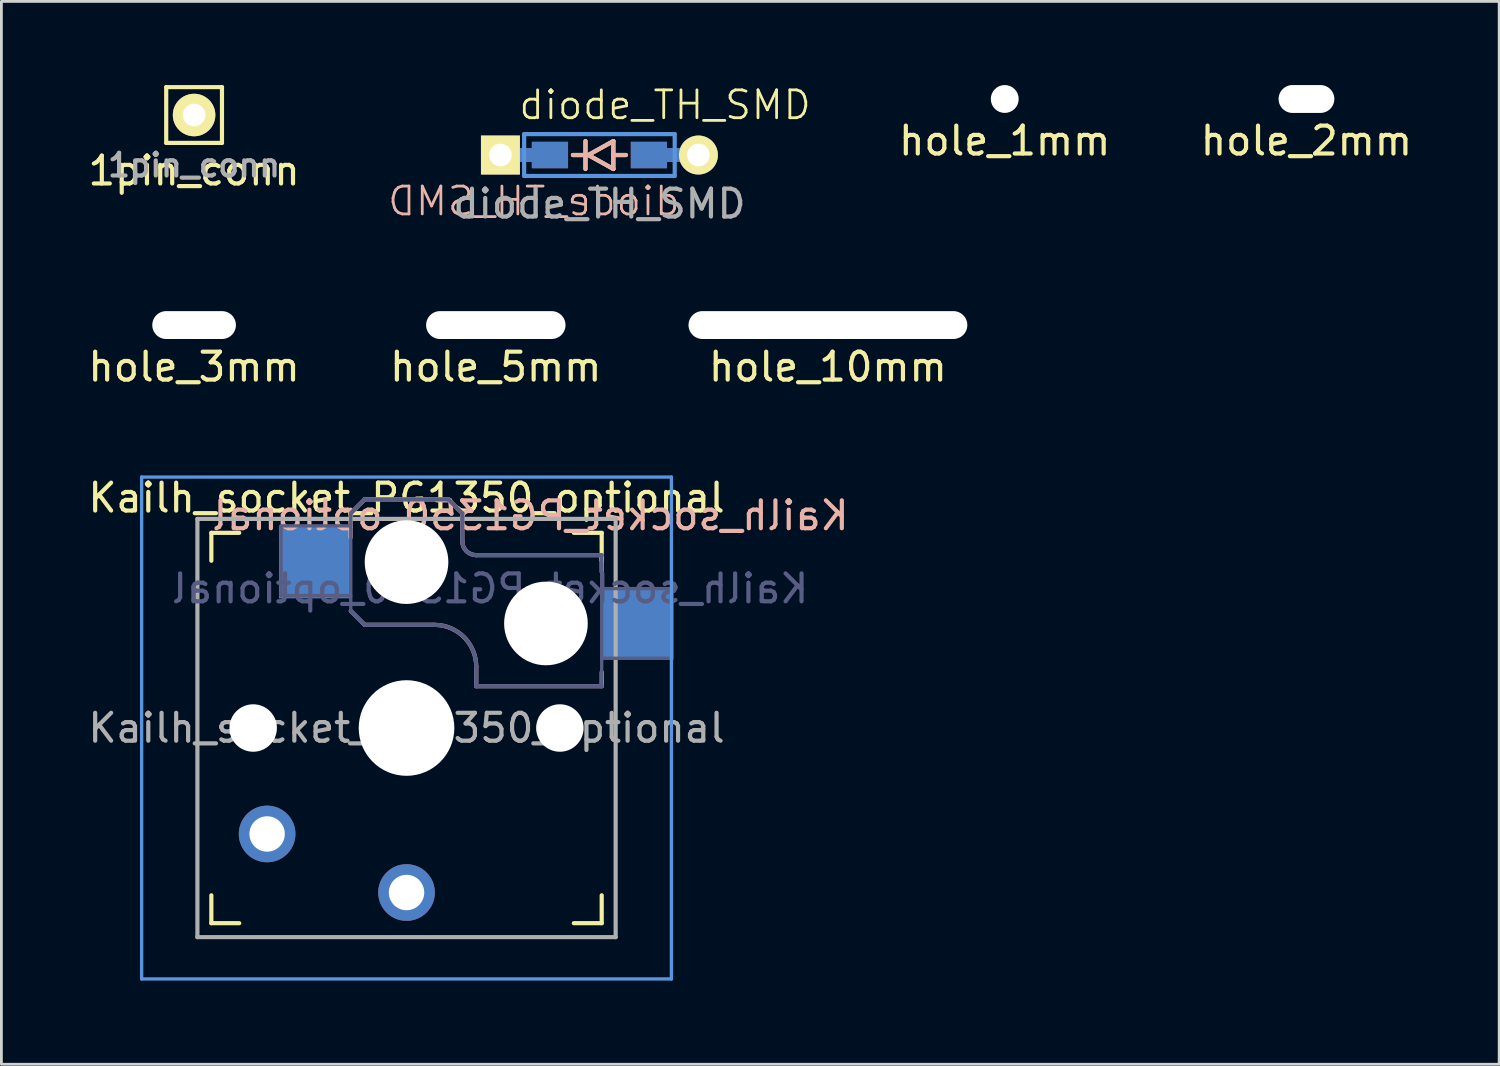
<source format=kicad_pcb>
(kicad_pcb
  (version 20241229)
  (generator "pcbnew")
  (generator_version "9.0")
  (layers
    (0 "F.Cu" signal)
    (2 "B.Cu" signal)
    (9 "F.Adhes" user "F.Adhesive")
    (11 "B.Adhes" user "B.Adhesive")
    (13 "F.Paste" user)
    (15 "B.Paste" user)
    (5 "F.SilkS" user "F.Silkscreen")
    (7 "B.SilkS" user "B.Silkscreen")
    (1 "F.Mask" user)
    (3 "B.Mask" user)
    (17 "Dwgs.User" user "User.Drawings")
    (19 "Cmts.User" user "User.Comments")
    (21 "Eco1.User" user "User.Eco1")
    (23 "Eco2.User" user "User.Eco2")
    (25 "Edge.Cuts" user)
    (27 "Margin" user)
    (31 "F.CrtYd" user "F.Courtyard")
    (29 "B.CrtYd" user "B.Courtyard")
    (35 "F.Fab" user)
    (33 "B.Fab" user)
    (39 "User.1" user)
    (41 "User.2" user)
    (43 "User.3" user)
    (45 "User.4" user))
  (footprint "1pin_conn"
    (layer "F.Cu")
    (at 3.911 1.075)
    (property "Reference" "1pin_conn" (at 0 1.8 0) (layer "F.Fab") (effects (font (size 0.813 0.813) (thickness 0.15))))
    (attr through_hole)
    (fp_line (start -1 -1) (end -1 1) (stroke (width 0.15) (type solid)) (layer "F.SilkS"))
    (fp_line (start -1 1) (end 1 1) (stroke (width 0.15) (type solid)) (layer "F.SilkS"))
    (fp_line (start 1 -1) (end -1 -1) (stroke (width 0.15) (type solid)) (layer "F.SilkS"))
    (fp_line (start 1 1) (end 1 -1) (stroke (width 0.15) (type solid)) (layer "F.SilkS"))
    (fp_text user "${REFERENCE}" (at 0 2 0) (layer "F.SilkS") (effects (font (size 1 1) (thickness 0.15))))
    (pad "1" thru_hole circle (at 0 0) (size 1.524 1.524) (drill 0.813) (layers "*.Cu" "*.Mask" "F.SilkS")))
  (footprint "hole_10mm"
    (layer "F.Cu")
    (at 26.643 8.608)
    (property "Reference" "hole_10mm" (at 0 1.5 0) (layer "F.SilkS") (effects (font (size 1 1) (thickness 0.15))))
    (attr through_hole)
    (pad "" np_thru_hole oval (at 0 0 90) (size 1 10) (drill oval 1 10) (layers "*.Cu" "*.Mask")))
  (footprint "hole_2mm"
    (layer "F.Cu")
    (at 43.806 0.5)
    (property "Reference" "hole_2mm" (at 0 1.5 0) (layer "F.SilkS") (effects (font (size 1 1) (thickness 0.15))))
    (attr through_hole)
    (pad "" np_thru_hole oval (at 0 0 90) (size 1 2) (drill oval 1 2) (layers "*.Cu" "*.Mask")))
  (footprint "hole_5mm"
    (layer "F.Cu")
    (at 14.732 8.608)
    (property "Reference" "hole_5mm" (at 0 1.5 0) (layer "F.SilkS") (effects (font (size 1 1) (thickness 0.15))))
    (attr through_hole)
    (pad "" np_thru_hole oval (at 0 0 90) (size 1 5) (drill oval 1 5) (layers "*.Cu" "*.Mask")))
  (footprint "diode_TH_SMD"
    (layer "F.Cu")
    (at 21.998 2.51)
    (property "Reference" "diode_TH_SMD" (at -3.55 1.75 180) (layer "F.Fab") (effects (font (size 1 1) (thickness 0.15))))
    (attr through_hole)
    (fp_line (start -4.5 0) (end -4.05 0) (stroke (width 0.15) (type solid)) (layer "F.SilkS"))
    (fp_line (start -4.05 -0.5) (end -4.05 0.5) (stroke (width 0.15) (type solid)) (layer "F.SilkS"))
    (fp_line (start -3.95 0) (end -3.05 -0.5) (stroke (width 0.15) (type solid)) (layer "F.SilkS"))
    (fp_line (start -3.05 -0.5) (end -3.05 0.5) (stroke (width 0.15) (type solid)) (layer "F.SilkS"))
    (fp_line (start -3.05 0) (end -2.6 0) (stroke (width 0.15) (type solid)) (layer "F.SilkS"))
    (fp_line (start -3.05 0.5) (end -3.95 0) (stroke (width 0.15) (type solid)) (layer "F.SilkS"))
    (fp_line (start -4.5 0) (end -4.05 0) (stroke (width 0.15) (type solid)) (layer "B.SilkS"))
    (fp_line (start -4.05 -0.5) (end -4.05 0.5) (stroke (width 0.15) (type solid)) (layer "B.SilkS"))
    (fp_line (start -3.95 0) (end -3.05 -0.5) (stroke (width 0.15) (type solid)) (layer "B.SilkS"))
    (fp_line (start -3.05 -0.5) (end -3.05 0.5) (stroke (width 0.15) (type solid)) (layer "B.SilkS"))
    (fp_line (start -3.05 0) (end -2.6 0) (stroke (width 0.15) (type solid)) (layer "B.SilkS"))
    (fp_line (start -3.05 0.5) (end -3.95 0) (stroke (width 0.15) (type solid)) (layer "B.SilkS"))
    (fp_line (start -6.25 -0.75) (end -6.25 0.75) (stroke (width 0.15) (type solid)) (layer "Cmts.User"))
    (fp_line (start -6.25 0.75) (end -0.85 0.75) (stroke (width 0.15) (type solid)) (layer "Cmts.User"))
    (fp_line (start -0.85 -0.75) (end -6.25 -0.75) (stroke (width 0.15) (type solid)) (layer "Cmts.User"))
    (fp_line (start -0.85 0.75) (end -0.85 -0.75) (stroke (width 0.15) (type solid)) (layer "Cmts.User"))
    (fp_text user "${REFERENCE}" (at -6.5 -1.21 0) (unlocked yes) (layer "F.SilkS") (effects (font (size 1 1) (thickness 0.1)) (justify left bottom)))
    (fp_text user "${REFERENCE}" (at -0.6 2.24 0) (unlocked yes) (layer "B.SilkS") (effects (font (size 1 1) (thickness 0.1)) (justify left bottom mirror)))
    (pad "1" thru_hole rect (at -7.1 0) (size 1.397 1.397) (drill 0.813) (layers "*.Cu" "*.Mask" "F.SilkS"))
    (pad "1" smd rect (at -6.25 0) (size 0.8 0.5) (layers "F.Cu" "F.Mask" "F.Paste"))
    (pad "1" smd rect (at -6.25 0) (size 0.8 0.5) (layers "B.Cu" "B.Mask" "B.Paste"))
    (pad "1" smd rect (at -5.325 0) (size 1.3 0.95) (layers "F.Cu" "F.Mask" "F.Paste"))
    (pad "1" smd rect (at -5.325 0) (size 1.3 0.95) (layers "B.Cu" "B.Mask" "B.Paste"))
    (pad "2" smd rect (at -1.775 0) (size 1.3 0.95) (layers "F.Cu" "F.Mask" "F.Paste"))
    (pad "2" smd rect (at -1.775 0) (size 1.3 0.95) (layers "B.Cu" "B.Mask" "B.Paste"))
    (pad "2" smd rect (at -0.85 0) (size 0.8 0.5) (layers "F.Cu" "F.Mask" "F.Paste"))
    (pad "2" smd rect (at -0.85 0) (size 0.8 0.5) (layers "B.Cu" "B.Mask" "B.Paste"))
    (pad "2" thru_hole circle (at 0 0) (size 1.397 1.397) (drill 0.813) (layers "*.Cu" "*.Mask" "F.SilkS")))
  (footprint "hole_1mm"
    (layer "F.Cu")
    (at 32.985 0.5)
    (property "Reference" "hole_1mm" (at 0 1.5 0) (layer "F.SilkS") (effects (font (size 1 1) (thickness 0.15))))
    (attr through_hole)
    (pad "" np_thru_hole oval (at 0 0 90) (size 1 1) (drill oval 1) (layers "*.Cu" "*.Mask")))
  (footprint "Kailh_socket_PG1350_optional"
    (layer "F.Cu")
    (at 11.53 23.06)
    (property "Reference" "Kailh_socket_PG1350_optional" (at 0 -8.255 0) (layer "F.SilkS") (effects (font (size 1 1) (thickness 0.15))))
    (attr through_hole)
    (fp_line (start -7 -6) (end -7 -7) (stroke (width 0.15) (type solid)) (layer "F.SilkS"))
    (fp_line (start -7 7) (end -7 6) (stroke (width 0.15) (type solid)) (layer "F.SilkS"))
    (fp_line (start -7 7) (end -6 7) (stroke (width 0.15) (type solid)) (layer "F.SilkS"))
    (fp_line (start -6 -7) (end -7 -7) (stroke (width 0.15) (type solid)) (layer "F.SilkS"))
    (fp_line (start 6 7) (end 7 7) (stroke (width 0.15) (type solid)) (layer "F.SilkS"))
    (fp_line (start 7 -7) (end 6 -7) (stroke (width 0.15) (type solid)) (layer "F.SilkS"))
    (fp_line (start 7 -7) (end 7 -6) (stroke (width 0.15) (type solid)) (layer "F.SilkS"))
    (fp_line (start 7 6) (end 7 7) (stroke (width 0.15) (type solid)) (layer "F.SilkS"))
    (fp_line (start -2 -7.7) (end -1.5 -8.2) (stroke (width 0.15) (type solid)) (layer "B.SilkS"))
    (fp_line (start -2 -4.2) (end -1.5 -3.7) (stroke (width 0.15) (type solid)) (layer "B.SilkS"))
    (fp_line (start -1.5 -8.2) (end 1.5 -8.2) (stroke (width 0.15) (type solid)) (layer "B.SilkS"))
    (fp_line (start -1.5 -3.7) (end 1 -3.7) (stroke (width 0.15) (type solid)) (layer "B.SilkS"))
    (fp_line (start 1.5 -8.2) (end 2 -7.7) (stroke (width 0.15) (type solid)) (layer "B.SilkS"))
    (fp_line (start 2 -6.7) (end 2 -7.7) (stroke (width 0.15) (type solid)) (layer "B.SilkS"))
    (fp_line (start 2.5 -2.2) (end 2.5 -1.5) (stroke (width 0.15) (type solid)) (layer "B.SilkS"))
    (fp_line (start 2.5 -1.5) (end 7 -1.5) (stroke (width 0.15) (type solid)) (layer "B.SilkS"))
    (fp_line (start 7 -6.2) (end 2.5 -6.2) (stroke (width 0.15) (type solid)) (layer "B.SilkS"))
    (fp_line (start 7 -5.6) (end 7 -6.2) (stroke (width 0.15) (type solid)) (layer "B.SilkS"))
    (fp_line (start 7 -1.5) (end 7 -2) (stroke (width 0.15) (type solid)) (layer "B.SilkS"))
    (fp_arc (start 1 -3.7) (mid 2.06066 -3.26066) (end 2.5 -2.2) (stroke (width 0.15) (type solid)) (layer "B.SilkS"))
    (fp_arc (start 2.5 -6.2) (mid 2.146447 -6.346447) (end 2 -6.7) (stroke (width 0.15) (type solid)) (layer "B.SilkS"))
    (fp_line (start -9.5 9) (end -9.5 -9) (stroke (width 0.12) (type solid)) (layer "Cmts.User"))
    (fp_line (start 9.5 -9) (end -9.5 -9) (stroke (width 0.12) (type solid)) (layer "Cmts.User"))
    (fp_line (start 9.5 9) (end -9.5 9) (stroke (width 0.12) (type solid)) (layer "Cmts.User"))
    (fp_line (start 9.5 9) (end 9.5 -9) (stroke (width 0.12) (type solid)) (layer "Cmts.User"))
    (fp_line (start -9 -8.5) (end 9 -8.5) (stroke (width 0.12) (type solid)) (layer "Eco1.User"))
    (fp_line (start -9 8.5) (end -9 -8.5) (stroke (width 0.12) (type solid)) (layer "Eco1.User"))
    (fp_line (start 9 -8.5) (end 9 8.5) (stroke (width 0.12) (type solid)) (layer "Eco1.User"))
    (fp_line (start 9 8.5) (end -9 8.5) (stroke (width 0.12) (type solid)) (layer "Eco1.User"))
    (fp_line (start -4.5 -7.25) (end -2 -7.25) (stroke (width 0.12) (type solid)) (layer "B.Fab"))
    (fp_line (start -4.5 -4.75) (end -4.5 -7.25) (stroke (width 0.12) (type solid)) (layer "B.Fab"))
    (fp_line (start -2 -7.7) (end -1.5 -8.2) (stroke (width 0.15) (type solid)) (layer "B.Fab"))
    (fp_line (start -2 -4.75) (end -4.5 -4.75) (stroke (width 0.12) (type solid)) (layer "B.Fab"))
    (fp_line (start -2 -4.25) (end -2 -7.7) (stroke (width 0.12) (type solid)) (layer "B.Fab"))
    (fp_line (start -2 -4.2) (end -1.5 -3.7) (stroke (width 0.15) (type solid)) (layer "B.Fab"))
    (fp_line (start -1.5 -8.2) (end 1.5 -8.2) (stroke (width 0.15) (type solid)) (layer "B.Fab"))
    (fp_line (start -1.5 -3.7) (end 1 -3.7) (stroke (width 0.15) (type solid)) (layer "B.Fab"))
    (fp_line (start 1.5 -8.2) (end 2 -7.7) (stroke (width 0.15) (type solid)) (layer "B.Fab"))
    (fp_line (start 2 -6.7) (end 2 -7.7) (stroke (width 0.15) (type solid)) (layer "B.Fab"))
    (fp_line (start 2.5 -2.2) (end 2.5 -1.5) (stroke (width 0.15) (type solid)) (layer "B.Fab"))
    (fp_line (start 2.5 -1.5) (end 7 -1.5) (stroke (width 0.15) (type solid)) (layer "B.Fab"))
    (fp_line (start 7 -6.2) (end 2.5 -6.2) (stroke (width 0.15) (type solid)) (layer "B.Fab"))
    (fp_line (start 7 -5) (end 9.5 -5) (stroke (width 0.12) (type solid)) (layer "B.Fab"))
    (fp_line (start 7 -1.5) (end 7 -6.2) (stroke (width 0.12) (type solid)) (layer "B.Fab"))
    (fp_line (start 9.5 -5) (end 9.5 -2.5) (stroke (width 0.12) (type solid)) (layer "B.Fab"))
    (fp_line (start 9.5 -2.5) (end 7 -2.5) (stroke (width 0.12) (type solid)) (layer "B.Fab"))
    (fp_arc (start 1 -3.7) (mid 2.06066 -3.26066) (end 2.5 -2.2) (stroke (width 0.15) (type solid)) (layer "B.Fab"))
    (fp_arc (start 2.5 -6.2) (mid 2.146447 -6.346447) (end 2 -6.7) (stroke (width 0.15) (type solid)) (layer "B.Fab"))
    (fp_line (start -7.5 -7.5) (end 7.5 -7.5) (stroke (width 0.15) (type solid)) (layer "F.Fab"))
    (fp_line (start -7.5 7.5) (end -7.5 -7.5) (stroke (width 0.15) (type solid)) (layer "F.Fab"))
    (fp_line (start 7.5 -7.5) (end 7.5 7.5) (stroke (width 0.15) (type solid)) (layer "F.Fab"))
    (fp_line (start 7.5 7.5) (end -7.5 7.5) (stroke (width 0.15) (type solid)) (layer "F.Fab"))
    (fp_text user "${REFERENCE}" (at 4.445 -7.62 0) (layer "B.SilkS") (effects (font (size 1 1) (thickness 0.15)) (justify mirror)))
    (fp_text user "${REFERENCE}" (at 3 -5 180) (layer "B.Fab") (effects (font (size 1 1) (thickness 0.15)) (justify mirror)))
    (fp_text user "${REFERENCE}" (at 0 0 0) (layer "F.Fab") (effects (font (size 1 1) (thickness 0.15))))
    (pad "" np_thru_hole circle (at -5.5 0) (size 1.702 1.702) (drill 1.702) (layers "*.Cu" "*.Mask"))
    (pad "" np_thru_hole circle (at 0 -5.95) (size 3 3) (drill 3) (layers "*.Cu" "*.Mask"))
    (pad "" np_thru_hole circle (at 0 0) (size 3.429 3.429) (drill 3.429) (layers "*.Cu" "*.Mask"))
    (pad "" np_thru_hole circle (at 5 -3.75) (size 3 3) (drill 3) (layers "*.Cu" "*.Mask"))
    (pad "" np_thru_hole circle (at 5.5 0) (size 1.702 1.702) (drill 1.702) (layers "*.Cu" "*.Mask"))
    (pad "1" smd rect (at -3.275 -5.95) (size 2.6 2.6) (layers "B.Cu" "B.Mask" "B.Paste"))
    (pad "1" thru_hole circle (at 0 5.9) (size 2.032 2.032) (drill 1.27) (layers "*.Cu" "*.Mask"))
    (pad "2" thru_hole circle (at -5 3.8) (size 2.032 2.032) (drill 1.27) (layers "*.Cu" "*.Mask"))
    (pad "2" smd rect (at 8.275 -3.75) (size 2.6 2.6) (layers "B.Cu" "B.Mask" "B.Paste")))
  (footprint "hole_3mm"
    (layer "F.Cu")
    (at 3.911 8.608)
    (property "Reference" "hole_3mm" (at 0 1.5 0) (layer "F.SilkS") (effects (font (size 1 1) (thickness 0.15))))
    (attr through_hole)
    (pad "" np_thru_hole oval (at 0 0 90) (size 1 3) (drill oval 1 3) (layers "*.Cu" "*.Mask")))
  (gr_rect
    (start -3 -3)
    (end 50.717 35.12)
    (stroke (width 0.1) (type default))
    (fill no)
    (layer "Edge.Cuts")))
</source>
